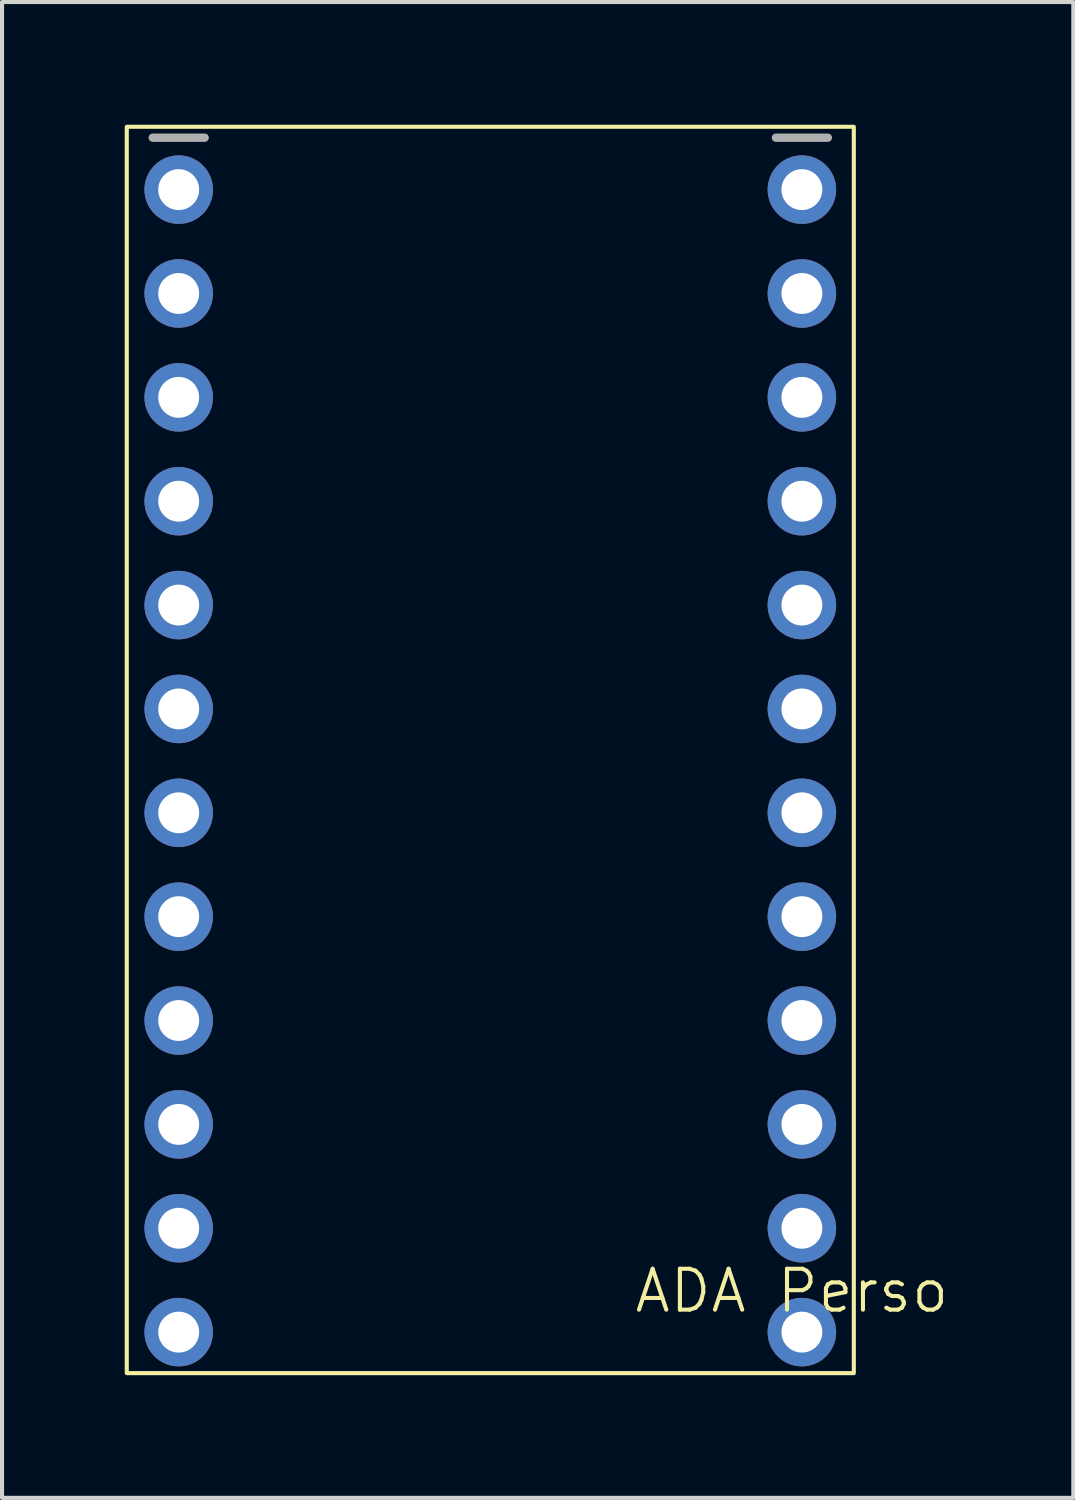
<source format=kicad_pcb>
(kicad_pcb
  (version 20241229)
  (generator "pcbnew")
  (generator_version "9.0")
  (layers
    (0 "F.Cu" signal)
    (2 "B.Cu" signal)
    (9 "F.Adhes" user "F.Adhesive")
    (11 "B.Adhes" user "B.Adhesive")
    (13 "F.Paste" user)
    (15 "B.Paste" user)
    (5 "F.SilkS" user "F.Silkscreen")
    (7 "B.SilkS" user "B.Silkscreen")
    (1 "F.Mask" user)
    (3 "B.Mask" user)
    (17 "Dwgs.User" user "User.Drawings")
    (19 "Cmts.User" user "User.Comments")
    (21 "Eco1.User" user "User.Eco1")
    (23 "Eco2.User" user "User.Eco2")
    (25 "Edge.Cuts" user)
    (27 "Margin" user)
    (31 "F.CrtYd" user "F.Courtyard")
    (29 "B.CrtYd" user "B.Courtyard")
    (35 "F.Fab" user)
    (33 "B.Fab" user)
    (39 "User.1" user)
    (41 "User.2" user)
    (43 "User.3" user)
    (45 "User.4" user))
  (footprint "ADA Perso"
    (layer "F.Cu")
    (at 8.94 15.29)
    (property "Reference" "ADA Perso" (at 7.375 13.23 0) (unlocked yes) (layer "F.SilkS") (effects (font (size 1 1) (thickness 0.1))))
    (fp_rect (start -8.89 -15.24) (end 8.89 15.24) (stroke (width 0.1) (type solid)) (fill no) (layer "F.SilkS"))
    (fp_line (start -6.985 -14.973) (end -8.255 -14.973) (stroke (width 0.203) (type solid)) (layer "F.Fab"))
    (fp_line (start 8.255 -14.973) (end 6.985 -14.973) (stroke (width 0.203) (type solid)) (layer "F.Fab"))
    (fp_rect (start -7.874 -13.957) (end -7.366 -13.449) (stroke (width 0.1) (type solid)) (fill no) (layer "F.Fab"))
    (fp_rect (start -7.874 -11.417) (end -7.366 -10.909) (stroke (width 0.1) (type solid)) (fill no) (layer "F.Fab"))
    (fp_rect (start -7.874 -8.877) (end -7.366 -8.369) (stroke (width 0.1) (type solid)) (fill no) (layer "F.Fab"))
    (fp_rect (start -7.874 -6.337) (end -7.366 -5.829) (stroke (width 0.1) (type solid)) (fill no) (layer "F.Fab"))
    (fp_rect (start -7.874 -3.797) (end -7.366 -3.289) (stroke (width 0.1) (type solid)) (fill no) (layer "F.Fab"))
    (fp_rect (start -7.874 -1.257) (end -7.366 -0.749) (stroke (width 0.1) (type solid)) (fill no) (layer "F.Fab"))
    (fp_rect (start -7.874 1.283) (end -7.366 1.791) (stroke (width 0.1) (type solid)) (fill no) (layer "F.Fab"))
    (fp_rect (start -7.874 3.823) (end -7.366 4.331) (stroke (width 0.1) (type solid)) (fill no) (layer "F.Fab"))
    (fp_rect (start -7.874 6.363) (end -7.366 6.871) (stroke (width 0.1) (type solid)) (fill no) (layer "F.Fab"))
    (fp_rect (start -7.874 8.903) (end -7.366 9.411) (stroke (width 0.1) (type solid)) (fill no) (layer "F.Fab"))
    (fp_rect (start -7.874 11.443) (end -7.366 11.951) (stroke (width 0.1) (type solid)) (fill no) (layer "F.Fab"))
    (fp_rect (start -7.874 13.983) (end -7.366 14.491) (stroke (width 0.1) (type solid)) (fill no) (layer "F.Fab"))
    (fp_rect (start 7.366 -13.957) (end 7.874 -13.449) (stroke (width 0.1) (type solid)) (fill no) (layer "F.Fab"))
    (fp_rect (start 7.366 -11.417) (end 7.874 -10.909) (stroke (width 0.1) (type solid)) (fill no) (layer "F.Fab"))
    (fp_rect (start 7.366 -8.877) (end 7.874 -8.369) (stroke (width 0.1) (type solid)) (fill no) (layer "F.Fab"))
    (fp_rect (start 7.366 -6.337) (end 7.874 -5.829) (stroke (width 0.1) (type solid)) (fill no) (layer "F.Fab"))
    (fp_rect (start 7.366 -3.797) (end 7.874 -3.289) (stroke (width 0.1) (type solid)) (fill no) (layer "F.Fab"))
    (fp_rect (start 7.366 -1.257) (end 7.874 -0.749) (stroke (width 0.1) (type solid)) (fill no) (layer "F.Fab"))
    (fp_rect (start 7.366 1.283) (end 7.874 1.791) (stroke (width 0.1) (type solid)) (fill no) (layer "F.Fab"))
    (fp_rect (start 7.366 3.823) (end 7.874 4.331) (stroke (width 0.1) (type solid)) (fill no) (layer "F.Fab"))
    (fp_rect (start 7.366 6.363) (end 7.874 6.871) (stroke (width 0.1) (type solid)) (fill no) (layer "F.Fab"))
    (fp_rect (start 7.366 8.903) (end 7.874 9.411) (stroke (width 0.1) (type solid)) (fill no) (layer "F.Fab"))
    (fp_rect (start 7.366 11.443) (end 7.874 11.951) (stroke (width 0.1) (type solid)) (fill no) (layer "F.Fab"))
    (fp_rect (start 7.366 13.983) (end 7.874 14.491) (stroke (width 0.1) (type solid)) (fill no) (layer "F.Fab"))
    (pad "1" thru_hole circle (at -7.62 -1.003) (size 1.676 1.676) (drill 1) (layers "*.Cu" "*.Mask"))
    (pad "2" thru_hole circle (at -7.62 1.537) (size 1.676 1.676) (drill 1) (layers "*.Cu" "*.Mask"))
    (pad "3" thru_hole circle (at -7.62 -3.543) (size 1.676 1.676) (drill 1) (layers "*.Cu" "*.Mask"))
    (pad "4" thru_hole circle (at -7.62 6.617) (size 1.676 1.676) (drill 1) (layers "*.Cu" "*.Mask"))
    (pad "5" thru_hole circle (at -7.62 9.157) (size 1.676 1.676) (drill 1) (layers "*.Cu" "*.Mask"))
    (pad "6" thru_hole circle (at -7.62 11.697) (size 1.676 1.676) (drill 1) (layers "*.Cu" "*.Mask"))
    (pad "7" thru_hole circle (at -7.62 14.237) (size 1.676 1.676) (drill 1) (layers "*.Cu" "*.Mask"))
    (pad "8" thru_hole circle (at 7.62 14.237) (size 1.676 1.676) (drill 1) (layers "*.Cu" "*.Mask"))
    (pad "9" thru_hole circle (at 7.62 11.697) (size 1.676 1.676) (drill 1) (layers "*.Cu" "*.Mask"))
    (pad "10" thru_hole circle (at 7.62 9.157) (size 1.676 1.676) (drill 1) (layers "*.Cu" "*.Mask"))
    (pad "11" thru_hole circle (at 7.62 6.617) (size 1.676 1.676) (drill 1) (layers "*.Cu" "*.Mask"))
    (pad "12" thru_hole circle (at -7.62 -11.163) (size 1.676 1.676) (drill 1) (layers "*.Cu" "*.Mask"))
    (pad "13" thru_hole circle (at 7.62 4.077) (size 1.676 1.676) (drill 1) (layers "*.Cu" "*.Mask"))
    (pad "14" thru_hole circle (at 7.62 1.537) (size 1.676 1.676) (drill 1) (layers "*.Cu" "*.Mask"))
    (pad "15" thru_hole circle (at 7.62 -1.003) (size 1.676 1.676) (drill 1) (layers "*.Cu" "*.Mask"))
    (pad "16" thru_hole circle (at 7.62 -3.543) (size 1.676 1.676) (drill 1) (layers "*.Cu" "*.Mask"))
    (pad "17" thru_hole circle (at 7.62 -6.083) (size 1.676 1.676) (drill 1) (layers "*.Cu" "*.Mask"))
    (pad "18" thru_hole circle (at 7.62 -8.623) (size 1.676 1.676) (drill 1) (layers "*.Cu" "*.Mask"))
    (pad "19" thru_hole circle (at 7.62 -11.163) (size 1.676 1.676) (drill 1) (layers "*.Cu" "*.Mask"))
    (pad "20" thru_hole circle (at 7.62 -13.703) (size 1.676 1.676) (drill 1) (layers "*.Cu" "*.Mask"))
    (pad "21" thru_hole circle (at -7.62 4.077) (size 1.676 1.676) (drill 1) (layers "*.Cu" "*.Mask"))
    (pad "22" thru_hole circle (at -7.62 -6.083) (size 1.676 1.676) (drill 1) (layers "*.Cu" "*.Mask"))
    (pad "23" thru_hole circle (at -7.62 -8.623) (size 1.676 1.676) (drill 1) (layers "*.Cu" "*.Mask"))
    (pad "24" thru_hole circle (at -7.62 -13.703) (size 1.676 1.676) (drill 1) (layers "*.Cu" "*.Mask")))
  (gr_rect
    (start -3 -3)
    (end 23.198 33.58)
    (stroke (width 0.1) (type default))
    (fill no)
    (layer "Edge.Cuts")))
</source>
